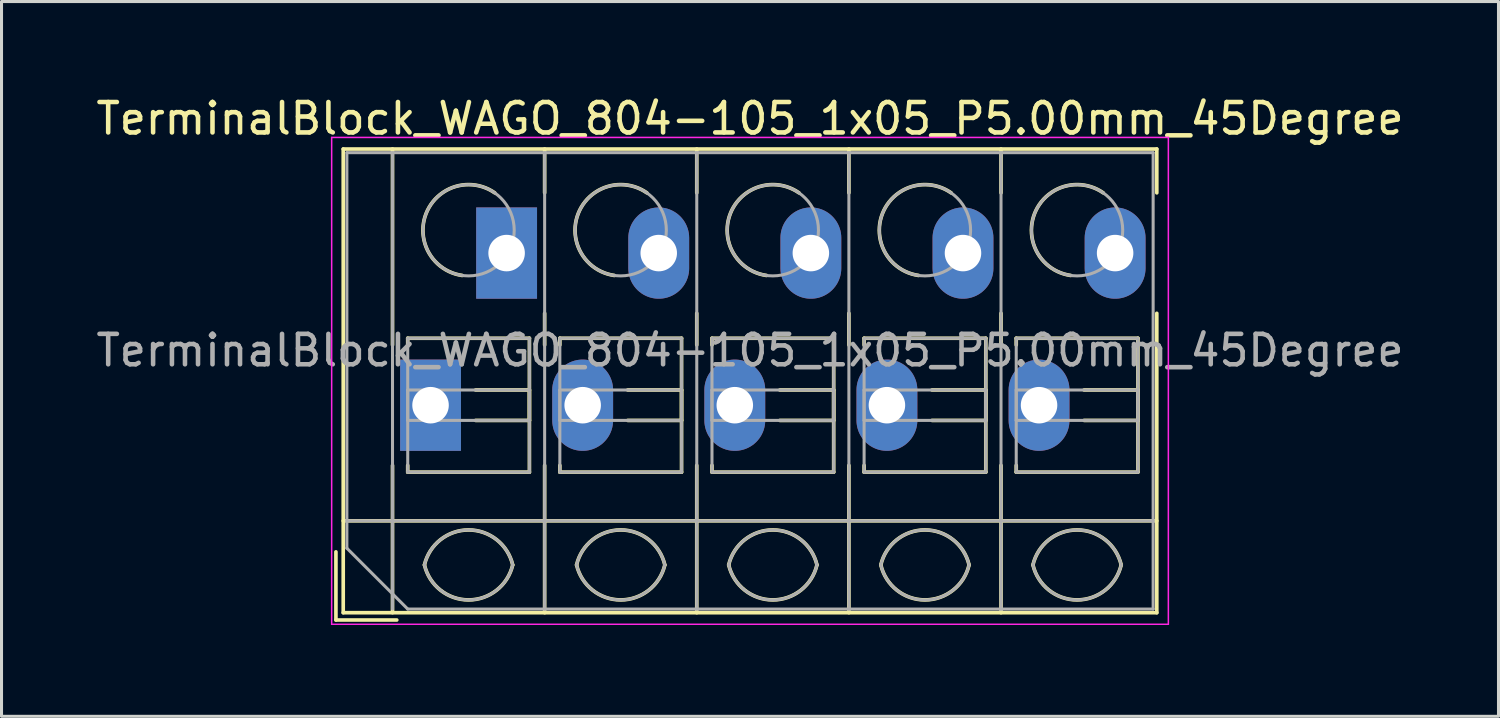
<source format=kicad_pcb>
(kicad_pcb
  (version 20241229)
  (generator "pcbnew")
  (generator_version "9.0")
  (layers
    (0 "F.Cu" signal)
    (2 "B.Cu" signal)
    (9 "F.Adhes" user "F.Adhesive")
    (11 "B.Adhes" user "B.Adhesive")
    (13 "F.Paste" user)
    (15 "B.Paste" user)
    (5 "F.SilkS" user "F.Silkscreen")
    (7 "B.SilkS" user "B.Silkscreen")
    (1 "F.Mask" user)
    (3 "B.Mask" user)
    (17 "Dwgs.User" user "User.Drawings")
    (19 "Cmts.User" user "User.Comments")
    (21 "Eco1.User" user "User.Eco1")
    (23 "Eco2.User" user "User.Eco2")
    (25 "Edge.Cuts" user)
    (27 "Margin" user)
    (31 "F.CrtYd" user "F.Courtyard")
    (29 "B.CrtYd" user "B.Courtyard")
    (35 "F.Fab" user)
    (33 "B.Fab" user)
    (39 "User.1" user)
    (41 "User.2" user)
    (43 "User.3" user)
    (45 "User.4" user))
  (footprint "TerminalBlock_WAGO_804-105_1x05_P5.00mm_45Degree"
    (layer "F.Cu")
    (at 11.101 10.268)
    (property "Reference" "TerminalBlock_WAGO_804-105_1x05_P5.00mm_45Degree" (at 10.5 -9.42 0) (layer "F.SilkS") (effects (font (size 1 1) (thickness 0.15))))
    (attr through_hole)
    (fp_line (start -3.11 4.82) (end -3.11 7.06) (stroke (width 0.12) (type solid)) (layer "F.SilkS"))
    (fp_line (start -3.11 7.06) (end -1.11 7.06) (stroke (width 0.12) (type solid)) (layer "F.SilkS"))
    (fp_line (start -2.87 -8.42) (end -2.87 6.82) (stroke (width 0.12) (type solid)) (layer "F.SilkS"))
    (fp_line (start -2.87 -8.42) (end 23.87 -8.42) (stroke (width 0.12) (type solid)) (layer "F.SilkS"))
    (fp_line (start -2.87 3.8) (end 23.87 3.8) (stroke (width 0.12) (type solid)) (layer "F.SilkS"))
    (fp_line (start -2.87 6.82) (end 23.87 6.82) (stroke (width 0.12) (type solid)) (layer "F.SilkS"))
    (fp_line (start -1.25 -8.42) (end -1.25 -1.98) (stroke (width 0.12) (type solid)) (layer "F.SilkS"))
    (fp_line (start -1.25 1.98) (end -1.25 6.82) (stroke (width 0.12) (type solid)) (layer "F.SilkS"))
    (fp_line (start -0.75 -2.2) (end -0.75 -1.98) (stroke (width 0.12) (type solid)) (layer "F.SilkS"))
    (fp_line (start -0.75 -2.2) (end 3.25 -2.2) (stroke (width 0.12) (type solid)) (layer "F.SilkS"))
    (fp_line (start -0.75 1.98) (end -0.75 2.2) (stroke (width 0.12) (type solid)) (layer "F.SilkS"))
    (fp_line (start -0.75 2.2) (end 3.25 2.2) (stroke (width 0.12) (type solid)) (layer "F.SilkS"))
    (fp_line (start 1.48 -0.5) (end 3.25 -0.5) (stroke (width 0.12) (type solid)) (layer "F.SilkS"))
    (fp_line (start 1.48 0.5) (end 3.25 0.5) (stroke (width 0.12) (type solid)) (layer "F.SilkS"))
    (fp_line (start 3.25 -2.2) (end 3.25 2.2) (stroke (width 0.12) (type solid)) (layer "F.SilkS"))
    (fp_line (start 3.25 -0.5) (end 3.25 0.5) (stroke (width 0.12) (type solid)) (layer "F.SilkS"))
    (fp_line (start 3.75 -8.42) (end 3.75 -6.98) (stroke (width 0.12) (type solid)) (layer "F.SilkS"))
    (fp_line (start 3.75 -3.02) (end 3.75 -1.98) (stroke (width 0.12) (type solid)) (layer "F.SilkS"))
    (fp_line (start 3.75 1.98) (end 3.75 6.82) (stroke (width 0.12) (type solid)) (layer "F.SilkS"))
    (fp_line (start 4.25 -2.2) (end 4.25 -1.98) (stroke (width 0.12) (type solid)) (layer "F.SilkS"))
    (fp_line (start 4.25 -2.2) (end 8.25 -2.2) (stroke (width 0.12) (type solid)) (layer "F.SilkS"))
    (fp_line (start 4.25 1.98) (end 4.25 2.2) (stroke (width 0.12) (type solid)) (layer "F.SilkS"))
    (fp_line (start 4.25 2.2) (end 8.25 2.2) (stroke (width 0.12) (type solid)) (layer "F.SilkS"))
    (fp_line (start 6.48 -0.5) (end 8.25 -0.5) (stroke (width 0.12) (type solid)) (layer "F.SilkS"))
    (fp_line (start 6.48 0.5) (end 8.25 0.5) (stroke (width 0.12) (type solid)) (layer "F.SilkS"))
    (fp_line (start 8.25 -2.2) (end 8.25 2.2) (stroke (width 0.12) (type solid)) (layer "F.SilkS"))
    (fp_line (start 8.25 -0.5) (end 8.25 0.5) (stroke (width 0.12) (type solid)) (layer "F.SilkS"))
    (fp_line (start 8.75 -8.42) (end 8.75 -6.98) (stroke (width 0.12) (type solid)) (layer "F.SilkS"))
    (fp_line (start 8.75 -3.02) (end 8.75 -1.98) (stroke (width 0.12) (type solid)) (layer "F.SilkS"))
    (fp_line (start 8.75 1.98) (end 8.75 6.82) (stroke (width 0.12) (type solid)) (layer "F.SilkS"))
    (fp_line (start 9.25 -2.2) (end 9.25 -1.98) (stroke (width 0.12) (type solid)) (layer "F.SilkS"))
    (fp_line (start 9.25 -2.2) (end 13.25 -2.2) (stroke (width 0.12) (type solid)) (layer "F.SilkS"))
    (fp_line (start 9.25 1.98) (end 9.25 2.2) (stroke (width 0.12) (type solid)) (layer "F.SilkS"))
    (fp_line (start 9.25 2.2) (end 13.25 2.2) (stroke (width 0.12) (type solid)) (layer "F.SilkS"))
    (fp_line (start 11.48 -0.5) (end 13.25 -0.5) (stroke (width 0.12) (type solid)) (layer "F.SilkS"))
    (fp_line (start 11.48 0.5) (end 13.25 0.5) (stroke (width 0.12) (type solid)) (layer "F.SilkS"))
    (fp_line (start 13.25 -2.2) (end 13.25 2.2) (stroke (width 0.12) (type solid)) (layer "F.SilkS"))
    (fp_line (start 13.25 -0.5) (end 13.25 0.5) (stroke (width 0.12) (type solid)) (layer "F.SilkS"))
    (fp_line (start 13.75 -8.42) (end 13.75 -6.98) (stroke (width 0.12) (type solid)) (layer "F.SilkS"))
    (fp_line (start 13.75 -3.02) (end 13.75 -1.98) (stroke (width 0.12) (type solid)) (layer "F.SilkS"))
    (fp_line (start 13.75 1.98) (end 13.75 6.82) (stroke (width 0.12) (type solid)) (layer "F.SilkS"))
    (fp_line (start 14.25 -2.2) (end 14.25 -1.98) (stroke (width 0.12) (type solid)) (layer "F.SilkS"))
    (fp_line (start 14.25 -2.2) (end 18.25 -2.2) (stroke (width 0.12) (type solid)) (layer "F.SilkS"))
    (fp_line (start 14.25 1.98) (end 14.25 2.2) (stroke (width 0.12) (type solid)) (layer "F.SilkS"))
    (fp_line (start 14.25 2.2) (end 18.25 2.2) (stroke (width 0.12) (type solid)) (layer "F.SilkS"))
    (fp_line (start 16.48 -0.5) (end 18.25 -0.5) (stroke (width 0.12) (type solid)) (layer "F.SilkS"))
    (fp_line (start 16.48 0.5) (end 18.25 0.5) (stroke (width 0.12) (type solid)) (layer "F.SilkS"))
    (fp_line (start 18.25 -2.2) (end 18.25 2.2) (stroke (width 0.12) (type solid)) (layer "F.SilkS"))
    (fp_line (start 18.25 -0.5) (end 18.25 0.5) (stroke (width 0.12) (type solid)) (layer "F.SilkS"))
    (fp_line (start 18.75 -8.42) (end 18.75 -6.98) (stroke (width 0.12) (type solid)) (layer "F.SilkS"))
    (fp_line (start 18.75 -3.02) (end 18.75 -1.98) (stroke (width 0.12) (type solid)) (layer "F.SilkS"))
    (fp_line (start 18.75 1.98) (end 18.75 6.82) (stroke (width 0.12) (type solid)) (layer "F.SilkS"))
    (fp_line (start 19.25 -2.2) (end 19.25 -1.98) (stroke (width 0.12) (type solid)) (layer "F.SilkS"))
    (fp_line (start 19.25 -2.2) (end 23.25 -2.2) (stroke (width 0.12) (type solid)) (layer "F.SilkS"))
    (fp_line (start 19.25 1.98) (end 19.25 2.2) (stroke (width 0.12) (type solid)) (layer "F.SilkS"))
    (fp_line (start 19.25 2.2) (end 23.25 2.2) (stroke (width 0.12) (type solid)) (layer "F.SilkS"))
    (fp_line (start 21.48 -0.5) (end 23.25 -0.5) (stroke (width 0.12) (type solid)) (layer "F.SilkS"))
    (fp_line (start 21.48 0.5) (end 23.25 0.5) (stroke (width 0.12) (type solid)) (layer "F.SilkS"))
    (fp_line (start 23.25 -2.2) (end 23.25 2.2) (stroke (width 0.12) (type solid)) (layer "F.SilkS"))
    (fp_line (start 23.25 -0.5) (end 23.25 0.5) (stroke (width 0.12) (type solid)) (layer "F.SilkS"))
    (fp_line (start 23.87 -8.42) (end 23.87 -6.98) (stroke (width 0.12) (type solid)) (layer "F.SilkS"))
    (fp_line (start 23.87 -3.02) (end 23.87 6.82) (stroke (width 0.12) (type solid)) (layer "F.SilkS"))
    (fp_arc (start -0.200865 5.250424) (mid 1.250296 4.099926) (end 2.701 5.251) (stroke (width 0.12) (type solid)) (layer "F.SilkS"))
    (fp_arc (start 1.040798 -4.264067) (mid -0.146039 -6.300306) (end 2.111 -6.979) (stroke (width 0.12) (type solid)) (layer "F.SilkS"))
    (fp_arc (start 2.7 5.25) (mid 1.250068 6.400101) (end -0.199969 5.250133) (stroke (width 0.12) (type solid)) (layer "F.SilkS"))
    (fp_arc (start 4.799135 5.250424) (mid 6.250296 4.099926) (end 7.701 5.251) (stroke (width 0.12) (type solid)) (layer "F.SilkS"))
    (fp_arc (start 6.040798 -4.264067) (mid 4.853961 -6.300306) (end 7.111 -6.979) (stroke (width 0.12) (type solid)) (layer "F.SilkS"))
    (fp_arc (start 7.7 5.25) (mid 6.250068 6.400101) (end 4.800031 5.250133) (stroke (width 0.12) (type solid)) (layer "F.SilkS"))
    (fp_arc (start 9.799135 5.250424) (mid 11.250296 4.099926) (end 12.701 5.251) (stroke (width 0.12) (type solid)) (layer "F.SilkS"))
    (fp_arc (start 11.040798 -4.264067) (mid 9.853961 -6.300306) (end 12.111 -6.979) (stroke (width 0.12) (type solid)) (layer "F.SilkS"))
    (fp_arc (start 12.7 5.25) (mid 11.250068 6.400101) (end 9.800031 5.250133) (stroke (width 0.12) (type solid)) (layer "F.SilkS"))
    (fp_arc (start 14.799135 5.250424) (mid 16.250296 4.099926) (end 17.701 5.251) (stroke (width 0.12) (type solid)) (layer "F.SilkS"))
    (fp_arc (start 16.040798 -4.264067) (mid 14.853961 -6.300306) (end 17.111 -6.979) (stroke (width 0.12) (type solid)) (layer "F.SilkS"))
    (fp_arc (start 17.7 5.25) (mid 16.250068 6.400101) (end 14.800031 5.250133) (stroke (width 0.12) (type solid)) (layer "F.SilkS"))
    (fp_arc (start 19.799135 5.250424) (mid 21.250296 4.099926) (end 22.701 5.251) (stroke (width 0.12) (type solid)) (layer "F.SilkS"))
    (fp_arc (start 21.040798 -4.264067) (mid 19.853961 -6.300306) (end 22.111 -6.979) (stroke (width 0.12) (type solid)) (layer "F.SilkS"))
    (fp_arc (start 22.7 5.25) (mid 21.250068 6.400101) (end 19.800031 5.250133) (stroke (width 0.12) (type solid)) (layer "F.SilkS"))
    (fp_line (start -3.25 -8.8) (end -3.25 7.2) (stroke (width 0.05) (type solid)) (layer "F.CrtYd"))
    (fp_line (start -3.25 7.2) (end 24.25 7.2) (stroke (width 0.05) (type solid)) (layer "F.CrtYd"))
    (fp_line (start 24.25 -8.8) (end -3.25 -8.8) (stroke (width 0.05) (type solid)) (layer "F.CrtYd"))
    (fp_line (start 24.25 7.2) (end 24.25 -8.8) (stroke (width 0.05) (type solid)) (layer "F.CrtYd"))
    (fp_line (start -2.75 -8.3) (end 23.75 -8.3) (stroke (width 0.1) (type solid)) (layer "F.Fab"))
    (fp_line (start -2.75 3.8) (end 23.75 3.8) (stroke (width 0.1) (type solid)) (layer "F.Fab"))
    (fp_line (start -2.75 4.7) (end -2.75 -8.3) (stroke (width 0.1) (type solid)) (layer "F.Fab"))
    (fp_line (start -1.25 -8.3) (end -1.25 6.7) (stroke (width 0.1) (type solid)) (layer "F.Fab"))
    (fp_line (start -0.75 -2.2) (end -0.75 2.2) (stroke (width 0.1) (type solid)) (layer "F.Fab"))
    (fp_line (start -0.75 -0.5) (end -0.75 0.5) (stroke (width 0.1) (type solid)) (layer "F.Fab"))
    (fp_line (start -0.75 0.5) (end 3.25 0.5) (stroke (width 0.1) (type solid)) (layer "F.Fab"))
    (fp_line (start -0.75 2.2) (end 3.25 2.2) (stroke (width 0.1) (type solid)) (layer "F.Fab"))
    (fp_line (start -0.75 6.7) (end -2.75 4.7) (stroke (width 0.1) (type solid)) (layer "F.Fab"))
    (fp_line (start 3.25 -2.2) (end -0.75 -2.2) (stroke (width 0.1) (type solid)) (layer "F.Fab"))
    (fp_line (start 3.25 -0.5) (end -0.75 -0.5) (stroke (width 0.1) (type solid)) (layer "F.Fab"))
    (fp_line (start 3.25 0.5) (end 3.25 -0.5) (stroke (width 0.1) (type solid)) (layer "F.Fab"))
    (fp_line (start 3.25 2.2) (end 3.25 -2.2) (stroke (width 0.1) (type solid)) (layer "F.Fab"))
    (fp_line (start 3.75 -8.3) (end 3.75 6.7) (stroke (width 0.1) (type solid)) (layer "F.Fab"))
    (fp_line (start 4.25 -2.2) (end 4.25 2.2) (stroke (width 0.1) (type solid)) (layer "F.Fab"))
    (fp_line (start 4.25 -0.5) (end 4.25 0.5) (stroke (width 0.1) (type solid)) (layer "F.Fab"))
    (fp_line (start 4.25 0.5) (end 8.25 0.5) (stroke (width 0.1) (type solid)) (layer "F.Fab"))
    (fp_line (start 4.25 2.2) (end 8.25 2.2) (stroke (width 0.1) (type solid)) (layer "F.Fab"))
    (fp_line (start 8.25 -2.2) (end 4.25 -2.2) (stroke (width 0.1) (type solid)) (layer "F.Fab"))
    (fp_line (start 8.25 -0.5) (end 4.25 -0.5) (stroke (width 0.1) (type solid)) (layer "F.Fab"))
    (fp_line (start 8.25 0.5) (end 8.25 -0.5) (stroke (width 0.1) (type solid)) (layer "F.Fab"))
    (fp_line (start 8.25 2.2) (end 8.25 -2.2) (stroke (width 0.1) (type solid)) (layer "F.Fab"))
    (fp_line (start 8.75 -8.3) (end 8.75 6.7) (stroke (width 0.1) (type solid)) (layer "F.Fab"))
    (fp_line (start 9.25 -2.2) (end 9.25 2.2) (stroke (width 0.1) (type solid)) (layer "F.Fab"))
    (fp_line (start 9.25 -0.5) (end 9.25 0.5) (stroke (width 0.1) (type solid)) (layer "F.Fab"))
    (fp_line (start 9.25 0.5) (end 13.25 0.5) (stroke (width 0.1) (type solid)) (layer "F.Fab"))
    (fp_line (start 9.25 2.2) (end 13.25 2.2) (stroke (width 0.1) (type solid)) (layer "F.Fab"))
    (fp_line (start 13.25 -2.2) (end 9.25 -2.2) (stroke (width 0.1) (type solid)) (layer "F.Fab"))
    (fp_line (start 13.25 -0.5) (end 9.25 -0.5) (stroke (width 0.1) (type solid)) (layer "F.Fab"))
    (fp_line (start 13.25 0.5) (end 13.25 -0.5) (stroke (width 0.1) (type solid)) (layer "F.Fab"))
    (fp_line (start 13.25 2.2) (end 13.25 -2.2) (stroke (width 0.1) (type solid)) (layer "F.Fab"))
    (fp_line (start 13.75 -8.3) (end 13.75 6.7) (stroke (width 0.1) (type solid)) (layer "F.Fab"))
    (fp_line (start 14.25 -2.2) (end 14.25 2.2) (stroke (width 0.1) (type solid)) (layer "F.Fab"))
    (fp_line (start 14.25 -0.5) (end 14.25 0.5) (stroke (width 0.1) (type solid)) (layer "F.Fab"))
    (fp_line (start 14.25 0.5) (end 18.25 0.5) (stroke (width 0.1) (type solid)) (layer "F.Fab"))
    (fp_line (start 14.25 2.2) (end 18.25 2.2) (stroke (width 0.1) (type solid)) (layer "F.Fab"))
    (fp_line (start 18.25 -2.2) (end 14.25 -2.2) (stroke (width 0.1) (type solid)) (layer "F.Fab"))
    (fp_line (start 18.25 -0.5) (end 14.25 -0.5) (stroke (width 0.1) (type solid)) (layer "F.Fab"))
    (fp_line (start 18.25 0.5) (end 18.25 -0.5) (stroke (width 0.1) (type solid)) (layer "F.Fab"))
    (fp_line (start 18.25 2.2) (end 18.25 -2.2) (stroke (width 0.1) (type solid)) (layer "F.Fab"))
    (fp_line (start 18.75 -8.3) (end 18.75 6.7) (stroke (width 0.1) (type solid)) (layer "F.Fab"))
    (fp_line (start 19.25 -2.2) (end 19.25 2.2) (stroke (width 0.1) (type solid)) (layer "F.Fab"))
    (fp_line (start 19.25 -0.5) (end 19.25 0.5) (stroke (width 0.1) (type solid)) (layer "F.Fab"))
    (fp_line (start 19.25 0.5) (end 23.25 0.5) (stroke (width 0.1) (type solid)) (layer "F.Fab"))
    (fp_line (start 19.25 2.2) (end 23.25 2.2) (stroke (width 0.1) (type solid)) (layer "F.Fab"))
    (fp_line (start 23.25 -2.2) (end 19.25 -2.2) (stroke (width 0.1) (type solid)) (layer "F.Fab"))
    (fp_line (start 23.25 -0.5) (end 19.25 -0.5) (stroke (width 0.1) (type solid)) (layer "F.Fab"))
    (fp_line (start 23.25 0.5) (end 23.25 -0.5) (stroke (width 0.1) (type solid)) (layer "F.Fab"))
    (fp_line (start 23.25 2.2) (end 23.25 -2.2) (stroke (width 0.1) (type solid)) (layer "F.Fab"))
    (fp_line (start 23.75 -8.3) (end 23.75 6.7) (stroke (width 0.1) (type solid)) (layer "F.Fab"))
    (fp_line (start 23.75 6.7) (end -0.75 6.7) (stroke (width 0.1) (type solid)) (layer "F.Fab"))
    (fp_arc (start -0.200865 5.250424) (mid 1.250296 4.099926) (end 2.701 5.251) (stroke (width 0.1) (type solid)) (layer "F.Fab"))
    (fp_arc (start 2.7 5.25) (mid 1.250068 6.400101) (end -0.199969 5.250133) (stroke (width 0.1) (type solid)) (layer "F.Fab"))
    (fp_arc (start 4.799135 5.250424) (mid 6.250296 4.099926) (end 7.701 5.251) (stroke (width 0.1) (type solid)) (layer "F.Fab"))
    (fp_arc (start 7.7 5.25) (mid 6.250068 6.400101) (end 4.800031 5.250133) (stroke (width 0.1) (type solid)) (layer "F.Fab"))
    (fp_arc (start 9.799135 5.250424) (mid 11.250296 4.099926) (end 12.701 5.251) (stroke (width 0.1) (type solid)) (layer "F.Fab"))
    (fp_arc (start 12.7 5.25) (mid 11.250068 6.400101) (end 9.800031 5.250133) (stroke (width 0.1) (type solid)) (layer "F.Fab"))
    (fp_arc (start 14.799135 5.250424) (mid 16.250296 4.099926) (end 17.701 5.251) (stroke (width 0.1) (type solid)) (layer "F.Fab"))
    (fp_arc (start 17.7 5.25) (mid 16.250068 6.400101) (end 14.800031 5.250133) (stroke (width 0.1) (type solid)) (layer "F.Fab"))
    (fp_arc (start 19.799135 5.250424) (mid 21.250296 4.099926) (end 22.701 5.251) (stroke (width 0.1) (type solid)) (layer "F.Fab"))
    (fp_arc (start 22.7 5.25) (mid 21.250068 6.400101) (end 19.800031 5.250133) (stroke (width 0.1) (type solid)) (layer "F.Fab"))
    (fp_circle (center 1.25 -5.75) (end 2.75 -5.75) (stroke (width 0.1) (type solid)) (fill no) (layer "F.Fab"))
    (fp_circle (center 6.25 -5.75) (end 7.75 -5.75) (stroke (width 0.1) (type solid)) (fill no) (layer "F.Fab"))
    (fp_circle (center 11.25 -5.75) (end 12.75 -5.75) (stroke (width 0.1) (type solid)) (fill no) (layer "F.Fab"))
    (fp_circle (center 16.25 -5.75) (end 17.75 -5.75) (stroke (width 0.1) (type solid)) (fill no) (layer "F.Fab"))
    (fp_circle (center 21.25 -5.75) (end 22.75 -5.75) (stroke (width 0.1) (type solid)) (fill no) (layer "F.Fab"))
    (fp_text user "${REFERENCE}" (at 10.5 -1.8 0) (layer "F.Fab") (effects (font (size 1 1) (thickness 0.15))))
    (pad "1" thru_hole rect (at 0 0) (size 2 3) (drill 1.2) (layers "*.Cu" "*.Mask"))
    (pad "1" thru_hole rect (at 2.5 -5) (size 2 3) (drill 1.2) (layers "*.Cu" "*.Mask"))
    (pad "2" thru_hole oval (at 5 0) (size 2 3) (drill 1.2) (layers "*.Cu" "*.Mask"))
    (pad "2" thru_hole oval (at 7.5 -5) (size 2 3) (drill 1.2) (layers "*.Cu" "*.Mask"))
    (pad "3" thru_hole oval (at 10 0) (size 2 3) (drill 1.2) (layers "*.Cu" "*.Mask"))
    (pad "3" thru_hole oval (at 12.5 -5) (size 2 3) (drill 1.2) (layers "*.Cu" "*.Mask"))
    (pad "4" thru_hole oval (at 15 0) (size 2 3) (drill 1.2) (layers "*.Cu" "*.Mask"))
    (pad "4" thru_hole oval (at 17.5 -5) (size 2 3) (drill 1.2) (layers "*.Cu" "*.Mask"))
    (pad "5" thru_hole oval (at 20 0) (size 2 3) (drill 1.2) (layers "*.Cu" "*.Mask"))
    (pad "5" thru_hole oval (at 22.5 -5) (size 2 3) (drill 1.2) (layers "*.Cu" "*.Mask")))
  (gr_rect
    (start -3 -3)
    (end 46.202 20.493)
    (stroke (width 0.1) (type default))
    (fill no)
    (layer "Edge.Cuts")))
</source>
